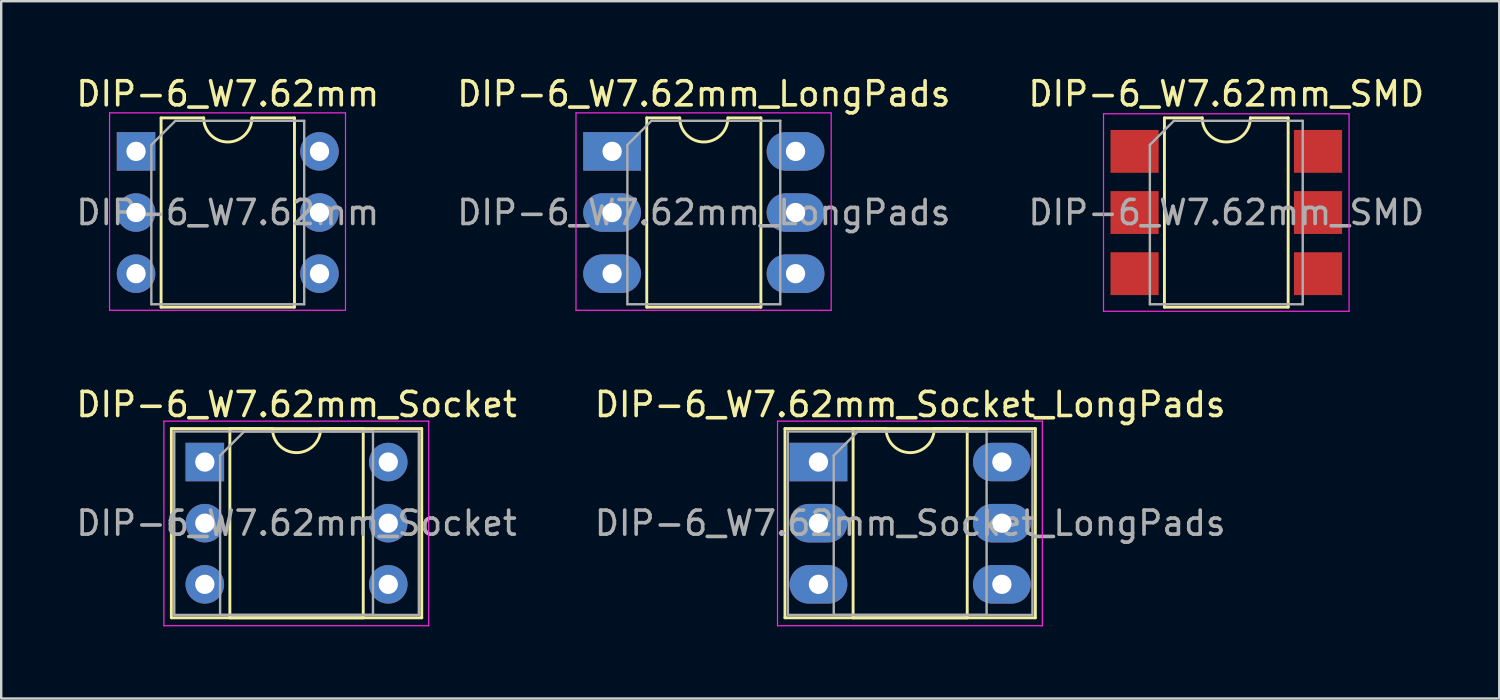
<source format=kicad_pcb>
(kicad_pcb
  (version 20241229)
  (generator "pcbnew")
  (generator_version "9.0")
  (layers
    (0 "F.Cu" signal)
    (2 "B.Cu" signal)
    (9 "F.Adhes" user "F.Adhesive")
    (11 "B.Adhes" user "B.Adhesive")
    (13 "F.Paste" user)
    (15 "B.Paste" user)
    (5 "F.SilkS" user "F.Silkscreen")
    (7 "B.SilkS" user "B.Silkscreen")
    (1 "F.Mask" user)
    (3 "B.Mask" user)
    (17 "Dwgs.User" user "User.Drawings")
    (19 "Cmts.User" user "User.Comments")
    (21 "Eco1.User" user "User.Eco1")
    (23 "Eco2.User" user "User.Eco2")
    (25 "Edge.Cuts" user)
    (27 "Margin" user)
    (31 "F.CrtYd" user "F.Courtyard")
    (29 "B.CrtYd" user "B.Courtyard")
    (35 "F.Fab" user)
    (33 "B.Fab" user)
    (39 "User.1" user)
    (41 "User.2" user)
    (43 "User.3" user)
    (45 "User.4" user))
  (footprint "DIP-6_W7.62mm_SMD"
    (layer "F.Cu")
    (at 47.887 5.778)
    (property "Reference" "DIP-6_W7.62mm_SMD" (at 0 -4.93 0) (layer "F.SilkS") (effects (font (size 1 1) (thickness 0.15))))
    (attr smd)
    (fp_line (start -2.57 -3.93) (end -2.57 3.93) (stroke (width 0.12) (type solid)) (layer "F.SilkS"))
    (fp_line (start -2.57 3.93) (end 2.57 3.93) (stroke (width 0.12) (type solid)) (layer "F.SilkS"))
    (fp_line (start -1 -3.93) (end -2.57 -3.93) (stroke (width 0.12) (type solid)) (layer "F.SilkS"))
    (fp_line (start 2.57 -3.93) (end 1 -3.93) (stroke (width 0.12) (type solid)) (layer "F.SilkS"))
    (fp_line (start 2.57 3.93) (end 2.57 -3.93) (stroke (width 0.12) (type solid)) (layer "F.SilkS"))
    (fp_arc (start 1 -3.93) (mid 0 -2.93) (end -1 -3.93) (stroke (width 0.12) (type solid)) (layer "F.SilkS"))
    (fp_line (start -5.1 -4.1) (end -5.1 4.1) (stroke (width 0.05) (type solid)) (layer "F.CrtYd"))
    (fp_line (start -5.1 4.1) (end 5.1 4.1) (stroke (width 0.05) (type solid)) (layer "F.CrtYd"))
    (fp_line (start 5.1 -4.1) (end -5.1 -4.1) (stroke (width 0.05) (type solid)) (layer "F.CrtYd"))
    (fp_line (start 5.1 4.1) (end 5.1 -4.1) (stroke (width 0.05) (type solid)) (layer "F.CrtYd"))
    (fp_line (start -3.175 -2.81) (end -2.175 -3.81) (stroke (width 0.1) (type solid)) (layer "F.Fab"))
    (fp_line (start -3.175 3.81) (end -3.175 -2.81) (stroke (width 0.1) (type solid)) (layer "F.Fab"))
    (fp_line (start -2.175 -3.81) (end 3.175 -3.81) (stroke (width 0.1) (type solid)) (layer "F.Fab"))
    (fp_line (start 3.175 -3.81) (end 3.175 3.81) (stroke (width 0.1) (type solid)) (layer "F.Fab"))
    (fp_line (start 3.175 3.81) (end -3.175 3.81) (stroke (width 0.1) (type solid)) (layer "F.Fab"))
    (fp_text user "${REFERENCE}" (at 0 0 0) (layer "F.Fab") (effects (font (size 1 1) (thickness 0.15))))
    (pad "1" smd rect (at -3.81 -2.54) (size 2 1.78) (layers "F.Cu" "F.Mask" "F.Paste"))
    (pad "2" smd rect (at -3.81 0) (size 2 1.78) (layers "F.Cu" "F.Mask" "F.Paste"))
    (pad "3" smd rect (at -3.81 2.54) (size 2 1.78) (layers "F.Cu" "F.Mask" "F.Paste"))
    (pad "4" smd rect (at 3.81 2.54) (size 2 1.78) (layers "F.Cu" "F.Mask" "F.Paste"))
    (pad "5" smd rect (at 3.81 0) (size 2 1.78) (layers "F.Cu" "F.Mask" "F.Paste"))
    (pad "6" smd rect (at 3.81 -2.54) (size 2 1.78) (layers "F.Cu" "F.Mask" "F.Paste")))
  (footprint "DIP-6_W7.62mm_LongPads"
    (layer "F.Cu")
    (at 22.375 3.238)
    (property "Reference" "DIP-6_W7.62mm_LongPads" (at 3.81 -2.39 0) (layer "F.SilkS") (effects (font (size 1 1) (thickness 0.15))))
    (attr through_hole)
    (fp_line (start 1.44 -1.39) (end 1.44 6.47) (stroke (width 0.12) (type solid)) (layer "F.SilkS"))
    (fp_line (start 1.44 6.47) (end 6.18 6.47) (stroke (width 0.12) (type solid)) (layer "F.SilkS"))
    (fp_line (start 2.81 -1.39) (end 1.44 -1.39) (stroke (width 0.12) (type solid)) (layer "F.SilkS"))
    (fp_line (start 6.18 -1.39) (end 4.81 -1.39) (stroke (width 0.12) (type solid)) (layer "F.SilkS"))
    (fp_line (start 6.18 6.47) (end 6.18 -1.39) (stroke (width 0.12) (type solid)) (layer "F.SilkS"))
    (fp_arc (start 4.81 -1.39) (mid 3.81 -0.39) (end 2.81 -1.39) (stroke (width 0.12) (type solid)) (layer "F.SilkS"))
    (fp_line (start -1.5 -1.6) (end -1.5 6.6) (stroke (width 0.05) (type solid)) (layer "F.CrtYd"))
    (fp_line (start -1.5 6.6) (end 9.1 6.6) (stroke (width 0.05) (type solid)) (layer "F.CrtYd"))
    (fp_line (start 9.1 -1.6) (end -1.5 -1.6) (stroke (width 0.05) (type solid)) (layer "F.CrtYd"))
    (fp_line (start 9.1 6.6) (end 9.1 -1.6) (stroke (width 0.05) (type solid)) (layer "F.CrtYd"))
    (fp_line (start 0.635 -0.27) (end 1.635 -1.27) (stroke (width 0.1) (type solid)) (layer "F.Fab"))
    (fp_line (start 0.635 6.35) (end 0.635 -0.27) (stroke (width 0.1) (type solid)) (layer "F.Fab"))
    (fp_line (start 1.635 -1.27) (end 6.985 -1.27) (stroke (width 0.1) (type solid)) (layer "F.Fab"))
    (fp_line (start 6.985 -1.27) (end 6.985 6.35) (stroke (width 0.1) (type solid)) (layer "F.Fab"))
    (fp_line (start 6.985 6.35) (end 0.635 6.35) (stroke (width 0.1) (type solid)) (layer "F.Fab"))
    (fp_text user "${REFERENCE}" (at 3.81 2.54 0) (layer "F.Fab") (effects (font (size 1 1) (thickness 0.15))))
    (pad "1" thru_hole rect (at 0 0) (size 2.4 1.6) (drill 0.8) (layers "*.Cu" "*.Mask"))
    (pad "2" thru_hole oval (at 0 2.54) (size 2.4 1.6) (drill 0.8) (layers "*.Cu" "*.Mask"))
    (pad "3" thru_hole oval (at 0 5.08) (size 2.4 1.6) (drill 0.8) (layers "*.Cu" "*.Mask"))
    (pad "4" thru_hole oval (at 7.62 5.08) (size 2.4 1.6) (drill 0.8) (layers "*.Cu" "*.Mask"))
    (pad "5" thru_hole oval (at 7.62 2.54) (size 2.4 1.6) (drill 0.8) (layers "*.Cu" "*.Mask"))
    (pad "6" thru_hole oval (at 7.62 0) (size 2.4 1.6) (drill 0.8) (layers "*.Cu" "*.Mask")))
  (footprint "DIP-6_W7.62mm_Socket"
    (layer "F.Cu")
    (at 5.458 16.142)
    (property "Reference" "DIP-6_W7.62mm_Socket" (at 3.81 -2.39 0) (layer "F.SilkS") (effects (font (size 1 1) (thickness 0.15))))
    (attr through_hole)
    (fp_line (start -1.39 -1.39) (end -1.39 6.47) (stroke (width 0.12) (type solid)) (layer "F.SilkS"))
    (fp_line (start -1.39 6.47) (end 9.01 6.47) (stroke (width 0.12) (type solid)) (layer "F.SilkS"))
    (fp_line (start 1.04 -1.39) (end 1.04 6.47) (stroke (width 0.12) (type solid)) (layer "F.SilkS"))
    (fp_line (start 1.04 6.47) (end 6.58 6.47) (stroke (width 0.12) (type solid)) (layer "F.SilkS"))
    (fp_line (start 2.81 -1.39) (end 1.04 -1.39) (stroke (width 0.12) (type solid)) (layer "F.SilkS"))
    (fp_line (start 6.58 -1.39) (end 4.81 -1.39) (stroke (width 0.12) (type solid)) (layer "F.SilkS"))
    (fp_line (start 6.58 6.47) (end 6.58 -1.39) (stroke (width 0.12) (type solid)) (layer "F.SilkS"))
    (fp_line (start 9.01 -1.39) (end -1.39 -1.39) (stroke (width 0.12) (type solid)) (layer "F.SilkS"))
    (fp_line (start 9.01 6.47) (end 9.01 -1.39) (stroke (width 0.12) (type solid)) (layer "F.SilkS"))
    (fp_arc (start 4.81 -1.39) (mid 3.81 -0.39) (end 2.81 -1.39) (stroke (width 0.12) (type solid)) (layer "F.SilkS"))
    (fp_line (start -1.7 -1.7) (end -1.7 6.8) (stroke (width 0.05) (type solid)) (layer "F.CrtYd"))
    (fp_line (start -1.7 6.8) (end 9.3 6.8) (stroke (width 0.05) (type solid)) (layer "F.CrtYd"))
    (fp_line (start 9.3 -1.7) (end -1.7 -1.7) (stroke (width 0.05) (type solid)) (layer "F.CrtYd"))
    (fp_line (start 9.3 6.8) (end 9.3 -1.7) (stroke (width 0.05) (type solid)) (layer "F.CrtYd"))
    (fp_line (start -1.27 -1.27) (end -1.27 6.35) (stroke (width 0.1) (type solid)) (layer "F.Fab"))
    (fp_line (start -1.27 6.35) (end 8.89 6.35) (stroke (width 0.1) (type solid)) (layer "F.Fab"))
    (fp_line (start 0.635 -0.27) (end 1.635 -1.27) (stroke (width 0.1) (type solid)) (layer "F.Fab"))
    (fp_line (start 0.635 6.35) (end 0.635 -0.27) (stroke (width 0.1) (type solid)) (layer "F.Fab"))
    (fp_line (start 1.635 -1.27) (end 6.985 -1.27) (stroke (width 0.1) (type solid)) (layer "F.Fab"))
    (fp_line (start 6.985 -1.27) (end 6.985 6.35) (stroke (width 0.1) (type solid)) (layer "F.Fab"))
    (fp_line (start 6.985 6.35) (end 0.635 6.35) (stroke (width 0.1) (type solid)) (layer "F.Fab"))
    (fp_line (start 8.89 -1.27) (end -1.27 -1.27) (stroke (width 0.1) (type solid)) (layer "F.Fab"))
    (fp_line (start 8.89 6.35) (end 8.89 -1.27) (stroke (width 0.1) (type solid)) (layer "F.Fab"))
    (fp_text user "${REFERENCE}" (at 3.81 2.54 0) (layer "F.Fab") (effects (font (size 1 1) (thickness 0.15))))
    (pad "1" thru_hole rect (at 0 0) (size 1.6 1.6) (drill 0.8) (layers "*.Cu" "*.Mask"))
    (pad "2" thru_hole oval (at 0 2.54) (size 1.6 1.6) (drill 0.8) (layers "*.Cu" "*.Mask"))
    (pad "3" thru_hole oval (at 0 5.08) (size 1.6 1.6) (drill 0.8) (layers "*.Cu" "*.Mask"))
    (pad "4" thru_hole oval (at 7.62 5.08) (size 1.6 1.6) (drill 0.8) (layers "*.Cu" "*.Mask"))
    (pad "5" thru_hole oval (at 7.62 2.54) (size 1.6 1.6) (drill 0.8) (layers "*.Cu" "*.Mask"))
    (pad "6" thru_hole oval (at 7.62 0) (size 1.6 1.6) (drill 0.8) (layers "*.Cu" "*.Mask")))
  (footprint "DIP-6_W7.62mm_Socket_LongPads"
    (layer "F.Cu")
    (at 30.946 16.142)
    (property "Reference" "DIP-6_W7.62mm_Socket_LongPads" (at 3.81 -2.39 0) (layer "F.SilkS") (effects (font (size 1 1) (thickness 0.15))))
    (attr through_hole)
    (fp_line (start -1.39 -1.39) (end -1.39 6.47) (stroke (width 0.12) (type solid)) (layer "F.SilkS"))
    (fp_line (start -1.39 6.47) (end 9.01 6.47) (stroke (width 0.12) (type solid)) (layer "F.SilkS"))
    (fp_line (start 1.44 -1.39) (end 1.44 6.47) (stroke (width 0.12) (type solid)) (layer "F.SilkS"))
    (fp_line (start 1.44 6.47) (end 6.18 6.47) (stroke (width 0.12) (type solid)) (layer "F.SilkS"))
    (fp_line (start 2.81 -1.39) (end 1.44 -1.39) (stroke (width 0.12) (type solid)) (layer "F.SilkS"))
    (fp_line (start 6.18 -1.39) (end 4.81 -1.39) (stroke (width 0.12) (type solid)) (layer "F.SilkS"))
    (fp_line (start 6.18 6.47) (end 6.18 -1.39) (stroke (width 0.12) (type solid)) (layer "F.SilkS"))
    (fp_line (start 9.01 -1.39) (end -1.39 -1.39) (stroke (width 0.12) (type solid)) (layer "F.SilkS"))
    (fp_line (start 9.01 6.47) (end 9.01 -1.39) (stroke (width 0.12) (type solid)) (layer "F.SilkS"))
    (fp_arc (start 4.81 -1.39) (mid 3.81 -0.39) (end 2.81 -1.39) (stroke (width 0.12) (type solid)) (layer "F.SilkS"))
    (fp_line (start -1.7 -1.7) (end -1.7 6.8) (stroke (width 0.05) (type solid)) (layer "F.CrtYd"))
    (fp_line (start -1.7 6.8) (end 9.3 6.8) (stroke (width 0.05) (type solid)) (layer "F.CrtYd"))
    (fp_line (start 9.3 -1.7) (end -1.7 -1.7) (stroke (width 0.05) (type solid)) (layer "F.CrtYd"))
    (fp_line (start 9.3 6.8) (end 9.3 -1.7) (stroke (width 0.05) (type solid)) (layer "F.CrtYd"))
    (fp_line (start -1.27 -1.27) (end -1.27 6.35) (stroke (width 0.1) (type solid)) (layer "F.Fab"))
    (fp_line (start -1.27 6.35) (end 8.89 6.35) (stroke (width 0.1) (type solid)) (layer "F.Fab"))
    (fp_line (start 0.635 -0.27) (end 1.635 -1.27) (stroke (width 0.1) (type solid)) (layer "F.Fab"))
    (fp_line (start 0.635 6.35) (end 0.635 -0.27) (stroke (width 0.1) (type solid)) (layer "F.Fab"))
    (fp_line (start 1.635 -1.27) (end 6.985 -1.27) (stroke (width 0.1) (type solid)) (layer "F.Fab"))
    (fp_line (start 6.985 -1.27) (end 6.985 6.35) (stroke (width 0.1) (type solid)) (layer "F.Fab"))
    (fp_line (start 6.985 6.35) (end 0.635 6.35) (stroke (width 0.1) (type solid)) (layer "F.Fab"))
    (fp_line (start 8.89 -1.27) (end -1.27 -1.27) (stroke (width 0.1) (type solid)) (layer "F.Fab"))
    (fp_line (start 8.89 6.35) (end 8.89 -1.27) (stroke (width 0.1) (type solid)) (layer "F.Fab"))
    (fp_text user "${REFERENCE}" (at 3.81 2.54 0) (layer "F.Fab") (effects (font (size 1 1) (thickness 0.15))))
    (pad "1" thru_hole rect (at 0 0) (size 2.4 1.6) (drill 0.8) (layers "*.Cu" "*.Mask"))
    (pad "2" thru_hole oval (at 0 2.54) (size 2.4 1.6) (drill 0.8) (layers "*.Cu" "*.Mask"))
    (pad "3" thru_hole oval (at 0 5.08) (size 2.4 1.6) (drill 0.8) (layers "*.Cu" "*.Mask"))
    (pad "4" thru_hole oval (at 7.62 5.08) (size 2.4 1.6) (drill 0.8) (layers "*.Cu" "*.Mask"))
    (pad "5" thru_hole oval (at 7.62 2.54) (size 2.4 1.6) (drill 0.8) (layers "*.Cu" "*.Mask"))
    (pad "6" thru_hole oval (at 7.62 0) (size 2.4 1.6) (drill 0.8) (layers "*.Cu" "*.Mask")))
  (footprint "DIP-6_W7.62mm"
    (layer "F.Cu")
    (at 2.601 3.238)
    (property "Reference" "DIP-6_W7.62mm" (at 3.81 -2.39 0) (layer "F.SilkS") (effects (font (size 1 1) (thickness 0.15))))
    (attr through_hole)
    (fp_line (start 1.04 -1.39) (end 1.04 6.47) (stroke (width 0.12) (type solid)) (layer "F.SilkS"))
    (fp_line (start 1.04 6.47) (end 6.58 6.47) (stroke (width 0.12) (type solid)) (layer "F.SilkS"))
    (fp_line (start 2.81 -1.39) (end 1.04 -1.39) (stroke (width 0.12) (type solid)) (layer "F.SilkS"))
    (fp_line (start 6.58 -1.39) (end 4.81 -1.39) (stroke (width 0.12) (type solid)) (layer "F.SilkS"))
    (fp_line (start 6.58 6.47) (end 6.58 -1.39) (stroke (width 0.12) (type solid)) (layer "F.SilkS"))
    (fp_arc (start 4.81 -1.39) (mid 3.81 -0.39) (end 2.81 -1.39) (stroke (width 0.12) (type solid)) (layer "F.SilkS"))
    (fp_line (start -1.1 -1.6) (end -1.1 6.6) (stroke (width 0.05) (type solid)) (layer "F.CrtYd"))
    (fp_line (start -1.1 6.6) (end 8.7 6.6) (stroke (width 0.05) (type solid)) (layer "F.CrtYd"))
    (fp_line (start 8.7 -1.6) (end -1.1 -1.6) (stroke (width 0.05) (type solid)) (layer "F.CrtYd"))
    (fp_line (start 8.7 6.6) (end 8.7 -1.6) (stroke (width 0.05) (type solid)) (layer "F.CrtYd"))
    (fp_line (start 0.635 -0.27) (end 1.635 -1.27) (stroke (width 0.1) (type solid)) (layer "F.Fab"))
    (fp_line (start 0.635 6.35) (end 0.635 -0.27) (stroke (width 0.1) (type solid)) (layer "F.Fab"))
    (fp_line (start 1.635 -1.27) (end 6.985 -1.27) (stroke (width 0.1) (type solid)) (layer "F.Fab"))
    (fp_line (start 6.985 -1.27) (end 6.985 6.35) (stroke (width 0.1) (type solid)) (layer "F.Fab"))
    (fp_line (start 6.985 6.35) (end 0.635 6.35) (stroke (width 0.1) (type solid)) (layer "F.Fab"))
    (fp_text user "${REFERENCE}" (at 3.81 2.54 0) (layer "F.Fab") (effects (font (size 1 1) (thickness 0.15))))
    (pad "1" thru_hole rect (at 0 0) (size 1.6 1.6) (drill 0.8) (layers "*.Cu" "*.Mask"))
    (pad "2" thru_hole oval (at 0 2.54) (size 1.6 1.6) (drill 0.8) (layers "*.Cu" "*.Mask"))
    (pad "3" thru_hole oval (at 0 5.08) (size 1.6 1.6) (drill 0.8) (layers "*.Cu" "*.Mask"))
    (pad "4" thru_hole oval (at 7.62 5.08) (size 1.6 1.6) (drill 0.8) (layers "*.Cu" "*.Mask"))
    (pad "5" thru_hole oval (at 7.62 2.54) (size 1.6 1.6) (drill 0.8) (layers "*.Cu" "*.Mask"))
    (pad "6" thru_hole oval (at 7.62 0) (size 1.6 1.6) (drill 0.8) (layers "*.Cu" "*.Mask")))
  (gr_rect
    (start -3 -3)
    (end 59.226 25.966)
    (stroke (width 0.1) (type default))
    (fill no)
    (layer "Edge.Cuts")))
</source>
